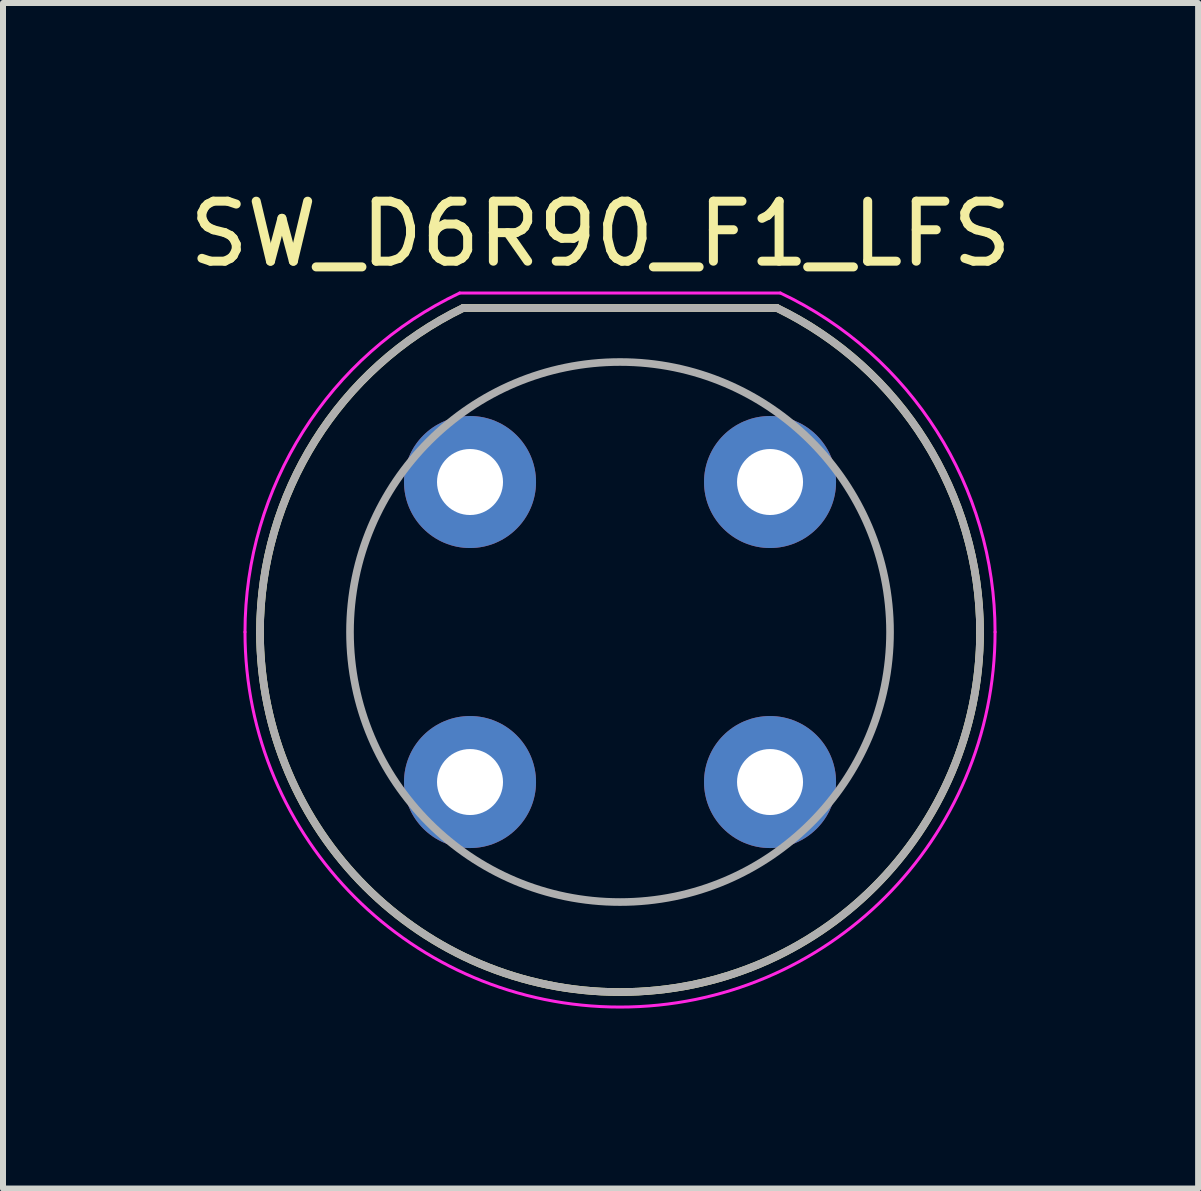
<source format=kicad_pcb>
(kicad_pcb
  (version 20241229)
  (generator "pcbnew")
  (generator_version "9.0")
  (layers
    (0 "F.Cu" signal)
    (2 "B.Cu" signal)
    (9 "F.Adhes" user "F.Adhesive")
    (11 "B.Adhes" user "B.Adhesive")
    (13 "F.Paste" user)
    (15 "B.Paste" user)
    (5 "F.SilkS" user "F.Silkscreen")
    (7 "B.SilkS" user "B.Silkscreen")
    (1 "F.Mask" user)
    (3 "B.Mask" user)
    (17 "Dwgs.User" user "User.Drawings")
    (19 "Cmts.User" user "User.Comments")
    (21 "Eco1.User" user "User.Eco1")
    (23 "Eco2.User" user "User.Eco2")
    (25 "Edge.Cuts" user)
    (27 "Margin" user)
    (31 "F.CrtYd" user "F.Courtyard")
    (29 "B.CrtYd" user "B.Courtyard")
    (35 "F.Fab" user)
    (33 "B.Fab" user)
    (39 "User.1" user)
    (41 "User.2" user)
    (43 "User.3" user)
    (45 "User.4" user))
  (footprint "SW_D6R90_F1_LFS"
    (layer "F.Cu")
    (at 7.283 7.483)
    (property "Reference" "SW_D6R90_F1_LFS" (at -0.325 -6.635 0) (layer "F.SilkS") (effects (font (size 1 1) (thickness 0.15))))
    (attr through_hole)
    (fp_line (start -2.615 -5.4) (end 2.615 -5.4) (stroke (width 0.127) (type solid)) (layer "F.SilkS"))
    (fp_arc (start -6 0) (mid -5.083648 -3.18653) (end -2.615 -5.4) (stroke (width 0.127) (type solid)) (layer "F.SilkS"))
    (fp_arc (start 2.615 -5.4) (mid 5.083263 -3.186288) (end 5.999999 0) (stroke (width 0.127) (type solid)) (layer "F.SilkS"))
    (fp_arc (start 6 0) (mid 0 6) (end -6 0) (stroke (width 0.127) (type solid)) (layer "F.SilkS"))
    (fp_line (start -2.672 -5.65) (end 2.672 -5.65) (stroke (width 0.05) (type solid)) (layer "F.CrtYd"))
    (fp_arc (start -6.25 0) (mid -5.280213 -3.343787) (end -2.672 -5.65) (stroke (width 0.05) (type solid)) (layer "F.CrtYd"))
    (fp_arc (start 2.672 -5.65) (mid 5.280511 -3.343976) (end 6.25 0) (stroke (width 0.05) (type solid)) (layer "F.CrtYd"))
    (fp_arc (start 6.25 0) (mid 0 6.25) (end -6.25 0) (stroke (width 0.05) (type solid)) (layer "F.CrtYd"))
    (fp_line (start -2.615 -5.4) (end 2.615 -5.4) (stroke (width 0.127) (type solid)) (layer "F.Fab"))
    (fp_arc (start -6 0) (mid -5.083648 -3.18653) (end -2.615 -5.4) (stroke (width 0.127) (type solid)) (layer "F.Fab"))
    (fp_arc (start 2.615 -5.4) (mid 5.083263 -3.186288) (end 5.999999 0) (stroke (width 0.127) (type solid)) (layer "F.Fab"))
    (fp_arc (start 6 0) (mid 0 6) (end -6 0) (stroke (width 0.127) (type solid)) (layer "F.Fab"))
    (fp_circle (center 0 0) (end 4.5 0) (stroke (width 0.127) (type solid)) (fill no) (layer "F.Fab"))
    (pad "1" thru_hole circle (at -2.5 2.5) (size 2.2 2.2) (drill 1.1) (layers "*.Cu" "*.Mask"))
    (pad "2" thru_hole circle (at 2.5 2.5) (size 2.2 2.2) (drill 1.1) (layers "*.Cu" "*.Mask"))
    (pad "3" thru_hole circle (at -2.5 -2.5) (size 2.2 2.2) (drill 1.1) (layers "*.Cu" "*.Mask"))
    (pad "4" thru_hole circle (at 2.5 -2.5) (size 2.2 2.2) (drill 1.1) (layers "*.Cu" "*.Mask")))
  (gr_rect
    (start -3 -3)
    (end 16.917 16.758)
    (stroke (width 0.1) (type default))
    (fill no)
    (layer "Edge.Cuts")))
</source>
